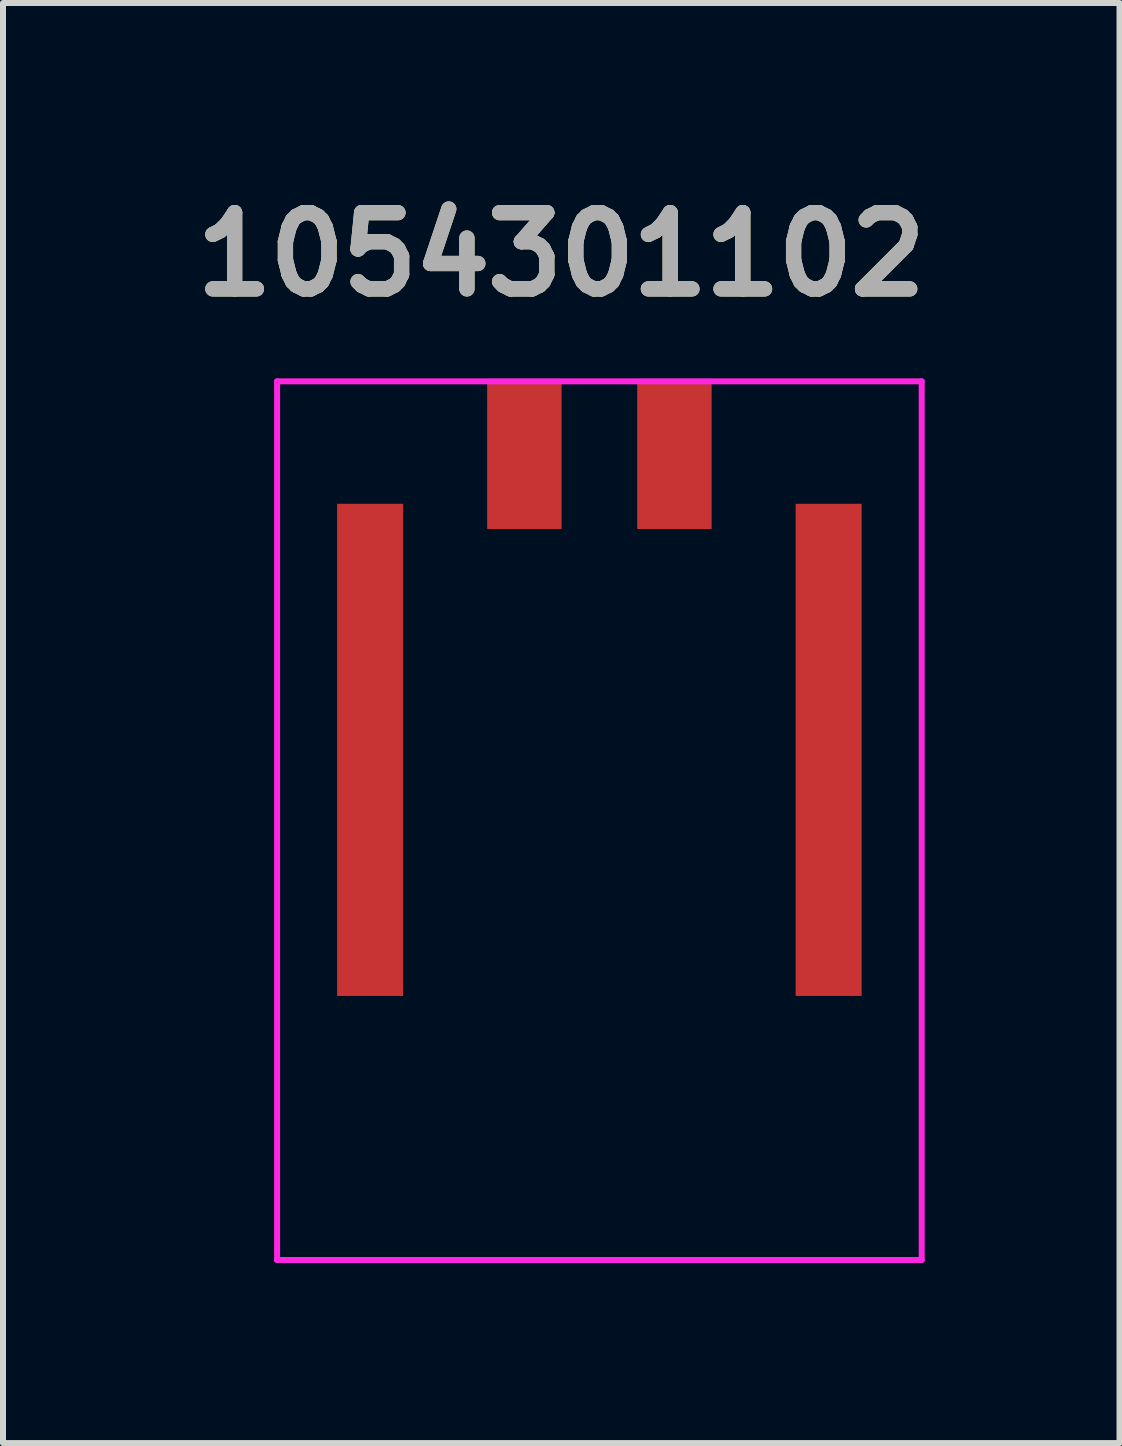
<source format=kicad_pcb>
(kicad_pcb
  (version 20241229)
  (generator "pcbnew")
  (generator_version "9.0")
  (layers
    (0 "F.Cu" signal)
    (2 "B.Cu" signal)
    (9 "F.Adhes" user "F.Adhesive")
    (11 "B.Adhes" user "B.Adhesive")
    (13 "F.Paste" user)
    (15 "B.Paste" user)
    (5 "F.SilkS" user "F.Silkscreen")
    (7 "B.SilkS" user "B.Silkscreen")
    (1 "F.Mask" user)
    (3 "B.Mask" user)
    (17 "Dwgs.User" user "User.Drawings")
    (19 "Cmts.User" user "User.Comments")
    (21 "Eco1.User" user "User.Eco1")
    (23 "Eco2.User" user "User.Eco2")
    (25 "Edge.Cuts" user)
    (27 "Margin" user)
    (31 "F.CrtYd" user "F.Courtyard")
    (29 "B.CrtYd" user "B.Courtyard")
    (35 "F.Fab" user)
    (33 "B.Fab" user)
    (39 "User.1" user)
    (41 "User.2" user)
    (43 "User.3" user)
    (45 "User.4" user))
  (footprint "1054301102"
    (layer "F.Cu")
    (at 6.937 9.444)
    (property "Reference" "1054301102" (at -0.635 -8.255 0) (layer "F.SilkS") (effects (font (size 1.27 1.27) (thickness 0.254))))
    (attr smd)
    (fp_line (start -5.37 -6.14) (end 5.37 -6.14) (stroke (width 0.1) (type solid)) (layer "F.CrtYd"))
    (fp_line (start -5.37 8.5) (end -5.37 -6.14) (stroke (width 0.1) (type solid)) (layer "F.CrtYd"))
    (fp_line (start 5.37 -6.14) (end 5.37 8.5) (stroke (width 0.1) (type solid)) (layer "F.CrtYd"))
    (fp_line (start 5.37 8.5) (end -5.37 8.5) (stroke (width 0.1) (type solid)) (layer "F.CrtYd"))
    (fp_line (start -3.82 8.5) (end 4.445 8.5) (stroke (width 0.1) (type solid)) (layer "F.Fab"))
    (fp_text user "${REFERENCE}" (at -0.635 -8.255 0) (layer "F.Fab") (effects (font (size 1.27 1.27) (thickness 0.254))))
    (pad "1" smd rect (at 1.25 -4.93) (size 1.24 2.5) (layers "F.Cu" "F.Mask" "F.Paste"))
    (pad "2" smd rect (at -1.25 -4.93) (size 1.24 2.5) (layers "F.Cu" "F.Mask" "F.Paste"))
    (pad "3" smd rect (at -3.82 0) (size 1.1 8.2) (layers "F.Cu" "F.Mask" "F.Paste"))
    (pad "4" smd rect (at 3.82 0) (size 1.1 8.2) (layers "F.Cu" "F.Mask" "F.Paste")))
  (gr_rect
    (start -3 -3)
    (end 15.603 20.994)
    (stroke (width 0.1) (type default))
    (fill no)
    (layer "Edge.Cuts")))
</source>
